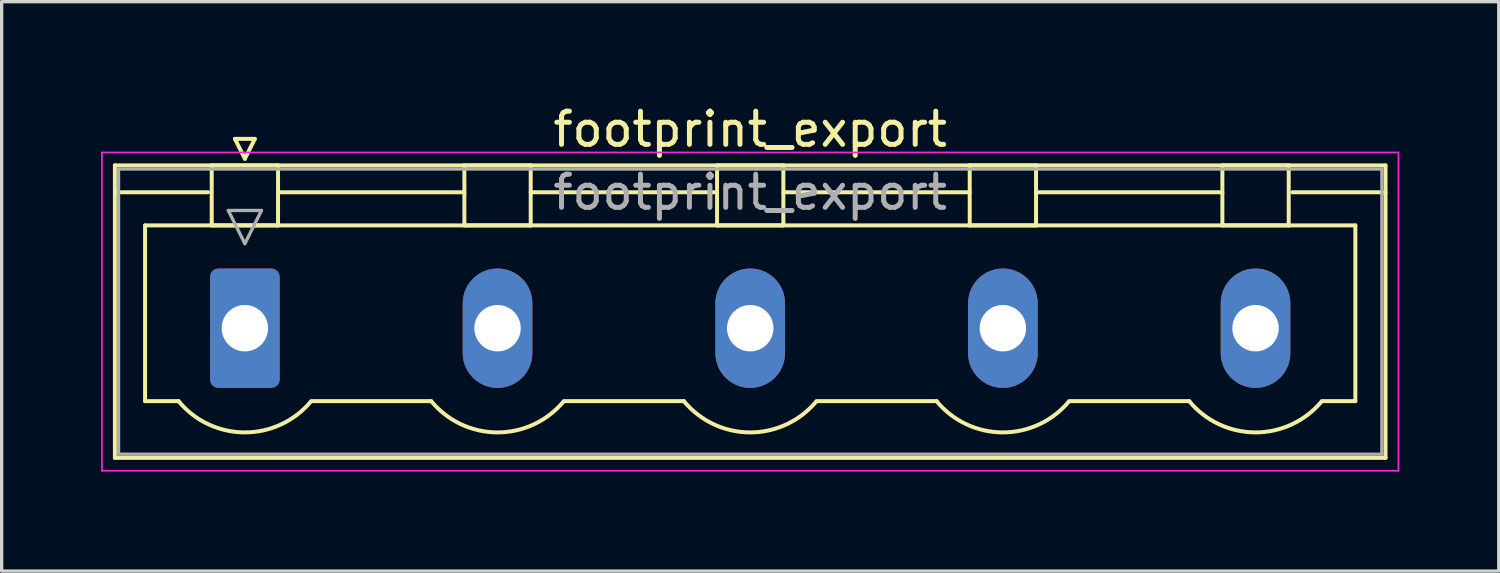
<source format=kicad_pcb>
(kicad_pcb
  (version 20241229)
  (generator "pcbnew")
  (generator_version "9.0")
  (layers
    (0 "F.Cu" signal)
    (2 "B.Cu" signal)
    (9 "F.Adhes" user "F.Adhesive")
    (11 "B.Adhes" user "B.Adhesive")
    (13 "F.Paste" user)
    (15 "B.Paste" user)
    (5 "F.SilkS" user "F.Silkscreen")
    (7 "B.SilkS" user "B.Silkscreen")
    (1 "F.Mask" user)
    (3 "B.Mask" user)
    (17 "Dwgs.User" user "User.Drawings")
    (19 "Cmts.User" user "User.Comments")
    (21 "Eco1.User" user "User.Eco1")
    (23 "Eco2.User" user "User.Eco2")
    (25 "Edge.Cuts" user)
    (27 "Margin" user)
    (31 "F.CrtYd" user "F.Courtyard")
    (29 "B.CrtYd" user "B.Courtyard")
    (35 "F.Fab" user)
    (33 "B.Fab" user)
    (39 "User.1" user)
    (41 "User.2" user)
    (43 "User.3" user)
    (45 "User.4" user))
  (footprint "footprint_export"
    (layer "F.Cu")
    (at 4.335 6.848)
    (property "Reference" "footprint_export" (at 15.24 -6 0) (layer "F.SilkS") (effects (font (size 1 1) (thickness 0.15))))
    (attr through_hole)
    (fp_line (start -3.92 -4.91) (end -3.92 3.91) (stroke (width 0.12) (type solid)) (layer "F.SilkS"))
    (fp_line (start -3.92 -4.1) (end -1.11 -4.1) (stroke (width 0.12) (type solid)) (layer "F.SilkS"))
    (fp_line (start -3.92 3.91) (end 34.4 3.91) (stroke (width 0.12) (type solid)) (layer "F.SilkS"))
    (fp_line (start -3.01 -3.1) (end 33.49 -3.1) (stroke (width 0.12) (type solid)) (layer "F.SilkS"))
    (fp_line (start -3.01 2.2) (end -3.01 -3.1) (stroke (width 0.12) (type solid)) (layer "F.SilkS"))
    (fp_line (start -2 2.2) (end -3.01 2.2) (stroke (width 0.12) (type solid)) (layer "F.SilkS"))
    (fp_line (start -1 -4.91) (end 1 -4.91) (stroke (width 0.12) (type solid)) (layer "F.SilkS"))
    (fp_line (start -1 -3.1) (end -1 -4.91) (stroke (width 0.12) (type solid)) (layer "F.SilkS"))
    (fp_line (start -0.3 -5.71) (end 0.3 -5.71) (stroke (width 0.12) (type solid)) (layer "F.SilkS"))
    (fp_line (start 0 -5.11) (end -0.3 -5.71) (stroke (width 0.12) (type solid)) (layer "F.SilkS"))
    (fp_line (start 0.3 -5.71) (end 0 -5.11) (stroke (width 0.12) (type solid)) (layer "F.SilkS"))
    (fp_line (start 1 -4.91) (end 1 -3.1) (stroke (width 0.12) (type solid)) (layer "F.SilkS"))
    (fp_line (start 1 -4.1) (end 6.62 -4.1) (stroke (width 0.12) (type solid)) (layer "F.SilkS"))
    (fp_line (start 1 -3.1) (end -1 -3.1) (stroke (width 0.12) (type solid)) (layer "F.SilkS"))
    (fp_line (start 2 2.2) (end 5.62 2.2) (stroke (width 0.12) (type solid)) (layer "F.SilkS"))
    (fp_line (start 6.62 -4.91) (end 8.62 -4.91) (stroke (width 0.12) (type solid)) (layer "F.SilkS"))
    (fp_line (start 6.62 -3.1) (end 6.62 -4.91) (stroke (width 0.12) (type solid)) (layer "F.SilkS"))
    (fp_line (start 8.62 -4.91) (end 8.62 -3.1) (stroke (width 0.12) (type solid)) (layer "F.SilkS"))
    (fp_line (start 8.62 -4.1) (end 14.24 -4.1) (stroke (width 0.12) (type solid)) (layer "F.SilkS"))
    (fp_line (start 8.62 -3.1) (end 6.62 -3.1) (stroke (width 0.12) (type solid)) (layer "F.SilkS"))
    (fp_line (start 9.62 2.2) (end 13.24 2.2) (stroke (width 0.12) (type solid)) (layer "F.SilkS"))
    (fp_line (start 14.24 -4.91) (end 16.24 -4.91) (stroke (width 0.12) (type solid)) (layer "F.SilkS"))
    (fp_line (start 14.24 -3.1) (end 14.24 -4.91) (stroke (width 0.12) (type solid)) (layer "F.SilkS"))
    (fp_line (start 16.24 -4.91) (end 16.24 -3.1) (stroke (width 0.12) (type solid)) (layer "F.SilkS"))
    (fp_line (start 16.24 -4.1) (end 21.86 -4.1) (stroke (width 0.12) (type solid)) (layer "F.SilkS"))
    (fp_line (start 16.24 -3.1) (end 14.24 -3.1) (stroke (width 0.12) (type solid)) (layer "F.SilkS"))
    (fp_line (start 17.24 2.2) (end 20.86 2.2) (stroke (width 0.12) (type solid)) (layer "F.SilkS"))
    (fp_line (start 21.86 -4.91) (end 23.86 -4.91) (stroke (width 0.12) (type solid)) (layer "F.SilkS"))
    (fp_line (start 21.86 -3.1) (end 21.86 -4.91) (stroke (width 0.12) (type solid)) (layer "F.SilkS"))
    (fp_line (start 23.86 -4.91) (end 23.86 -3.1) (stroke (width 0.12) (type solid)) (layer "F.SilkS"))
    (fp_line (start 23.86 -4.1) (end 29.48 -4.1) (stroke (width 0.12) (type solid)) (layer "F.SilkS"))
    (fp_line (start 23.86 -3.1) (end 21.86 -3.1) (stroke (width 0.12) (type solid)) (layer "F.SilkS"))
    (fp_line (start 24.86 2.2) (end 28.48 2.2) (stroke (width 0.12) (type solid)) (layer "F.SilkS"))
    (fp_line (start 29.48 -4.91) (end 31.48 -4.91) (stroke (width 0.12) (type solid)) (layer "F.SilkS"))
    (fp_line (start 29.48 -3.1) (end 29.48 -4.91) (stroke (width 0.12) (type solid)) (layer "F.SilkS"))
    (fp_line (start 31.48 -4.91) (end 31.48 -3.1) (stroke (width 0.12) (type solid)) (layer "F.SilkS"))
    (fp_line (start 31.48 -3.1) (end 29.48 -3.1) (stroke (width 0.12) (type solid)) (layer "F.SilkS"))
    (fp_line (start 33.49 -3.1) (end 33.49 2.2) (stroke (width 0.12) (type solid)) (layer "F.SilkS"))
    (fp_line (start 33.49 2.2) (end 32.48 2.2) (stroke (width 0.12) (type solid)) (layer "F.SilkS"))
    (fp_line (start 34.4 -4.91) (end -3.92 -4.91) (stroke (width 0.12) (type solid)) (layer "F.SilkS"))
    (fp_line (start 34.4 -4.1) (end 31.59 -4.1) (stroke (width 0.12) (type solid)) (layer "F.SilkS"))
    (fp_line (start 34.4 3.91) (end 34.4 -4.91) (stroke (width 0.12) (type solid)) (layer "F.SilkS"))
    (fp_arc (start 1.986842 2.215821) (mid -0.010289 3.142758) (end -2 2.2) (stroke (width 0.12) (type solid)) (layer "F.SilkS"))
    (fp_arc (start 9.606842 2.215821) (mid 7.609711 3.142758) (end 5.62 2.2) (stroke (width 0.12) (type solid)) (layer "F.SilkS"))
    (fp_arc (start 17.226842 2.215821) (mid 15.229711 3.142758) (end 13.24 2.2) (stroke (width 0.12) (type solid)) (layer "F.SilkS"))
    (fp_arc (start 24.846842 2.215821) (mid 22.849711 3.142758) (end 20.86 2.2) (stroke (width 0.12) (type solid)) (layer "F.SilkS"))
    (fp_arc (start 32.466842 2.215821) (mid 30.469711 3.142758) (end 28.48 2.2) (stroke (width 0.12) (type solid)) (layer "F.SilkS"))
    (fp_line (start -4.31 -5.3) (end -4.31 4.3) (stroke (width 0.05) (type solid)) (layer "F.CrtYd"))
    (fp_line (start -4.31 4.3) (end 34.79 4.3) (stroke (width 0.05) (type solid)) (layer "F.CrtYd"))
    (fp_line (start 34.79 -5.3) (end -4.31 -5.3) (stroke (width 0.05) (type solid)) (layer "F.CrtYd"))
    (fp_line (start 34.79 4.3) (end 34.79 -5.3) (stroke (width 0.05) (type solid)) (layer "F.CrtYd"))
    (fp_line (start -3.81 -4.8) (end -3.81 3.8) (stroke (width 0.1) (type solid)) (layer "F.Fab"))
    (fp_line (start -3.81 3.8) (end 34.29 3.8) (stroke (width 0.1) (type solid)) (layer "F.Fab"))
    (fp_line (start -0.5 -3.55) (end 0.5 -3.55) (stroke (width 0.1) (type solid)) (layer "F.Fab"))
    (fp_line (start 0 -2.55) (end -0.5 -3.55) (stroke (width 0.1) (type solid)) (layer "F.Fab"))
    (fp_line (start 0.5 -3.55) (end 0 -2.55) (stroke (width 0.1) (type solid)) (layer "F.Fab"))
    (fp_line (start 34.29 -4.8) (end -3.81 -4.8) (stroke (width 0.1) (type solid)) (layer "F.Fab"))
    (fp_line (start 34.29 3.8) (end 34.29 -4.8) (stroke (width 0.1) (type solid)) (layer "F.Fab"))
    (fp_text user "${REFERENCE}" (at 15.24 -4.1 0) (layer "F.Fab") (effects (font (size 1 1) (thickness 0.15))))
    (pad "1" thru_hole roundrect (at 0 0) (size 2.1 3.6) (drill 1.4) (layers "*.Cu" "*.Mask") (roundrect_rratio 0.119))
    (pad "2" thru_hole oval (at 7.62 0) (size 2.1 3.6) (drill 1.4) (layers "*.Cu" "*.Mask"))
    (pad "3" thru_hole oval (at 15.24 0) (size 2.1 3.6) (drill 1.4) (layers "*.Cu" "*.Mask"))
    (pad "4" thru_hole oval (at 22.86 0) (size 2.1 3.6) (drill 1.4) (layers "*.Cu" "*.Mask"))
    (pad "5" thru_hole oval (at 30.48 0) (size 2.1 3.6) (drill 1.4) (layers "*.Cu" "*.Mask")))
  (gr_rect
    (start -3 -3)
    (end 42.15 14.173)
    (stroke (width 0.1) (type default))
    (fill no)
    (layer "Edge.Cuts")))
</source>
